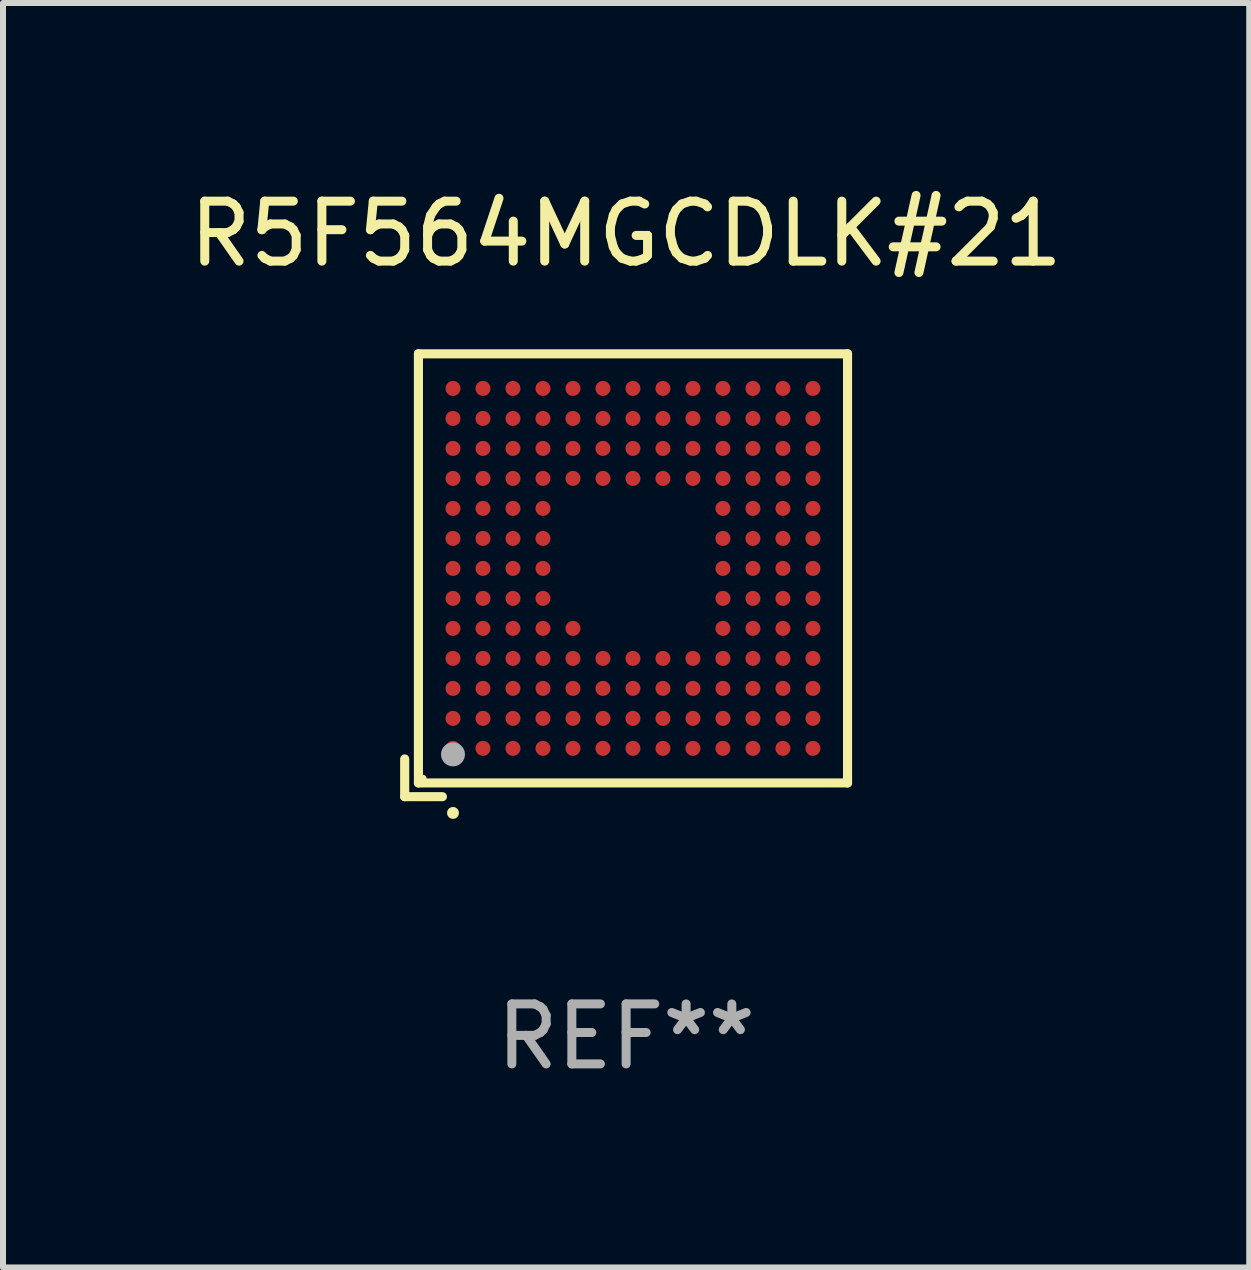
<source format=kicad_pcb>
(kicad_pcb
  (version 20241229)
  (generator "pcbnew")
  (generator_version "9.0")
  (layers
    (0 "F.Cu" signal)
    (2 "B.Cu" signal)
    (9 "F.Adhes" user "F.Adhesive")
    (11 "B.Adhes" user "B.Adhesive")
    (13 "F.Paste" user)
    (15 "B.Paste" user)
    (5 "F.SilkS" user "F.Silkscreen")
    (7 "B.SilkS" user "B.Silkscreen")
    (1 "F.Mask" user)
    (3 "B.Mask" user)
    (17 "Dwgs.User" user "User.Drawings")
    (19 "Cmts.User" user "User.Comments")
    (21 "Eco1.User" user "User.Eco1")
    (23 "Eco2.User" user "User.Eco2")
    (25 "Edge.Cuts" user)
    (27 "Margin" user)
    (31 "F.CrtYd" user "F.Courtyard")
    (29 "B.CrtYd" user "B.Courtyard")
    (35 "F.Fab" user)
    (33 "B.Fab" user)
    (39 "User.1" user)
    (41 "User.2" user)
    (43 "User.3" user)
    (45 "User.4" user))
  (footprint "R5F564MGCDLK#21"
    (layer "F.Cu")
    (at 7.387 6.539)
    (property "Reference" "R5F564MGCDLK#21" (at 0 -5.691 0) (layer "F.SilkS") (effects (font (size 1 1) (thickness 0.15))))
    (attr through_hole)
    (fp_line (start -3.691 3.062) (end -3.691 3.691) (stroke (width 0.152) (type solid)) (layer "F.SilkS"))
    (fp_line (start -3.691 3.691) (end -3.062 3.691) (stroke (width 0.152) (type solid)) (layer "F.SilkS"))
    (fp_line (start -3.462 -3.691) (end 3.691 -3.691) (stroke (width 0.152) (type solid)) (layer "F.SilkS"))
    (fp_line (start -3.462 3.462) (end -3.462 -3.691) (stroke (width 0.152) (type solid)) (layer "F.SilkS"))
    (fp_line (start 3.691 -3.691) (end 3.691 3.462) (stroke (width 0.152) (type solid)) (layer "F.SilkS"))
    (fp_line (start 3.691 3.462) (end -3.462 3.462) (stroke (width 0.152) (type solid)) (layer "F.SilkS"))
    (fp_circle (center -3.386 3.386) (end -3.356 3.386) (stroke (width 0.06) (type solid)) (fill no) (layer "F.SilkS"))
    (fp_circle (center -2.886 3.962) (end -2.836 3.962) (stroke (width 0.1) (type solid)) (fill no) (layer "F.SilkS"))
    (fp_circle (center -2.886 2.986) (end -2.786 2.986) (stroke (width 0.2) (type solid)) (fill no) (layer "F.Fab"))
    (fp_text user "REF**" (at 0 7.691 0) (layer "F.Fab") (effects (font (size 1 1) (thickness 0.15))))
    (pad "A1" smd circle (at -2.886 2.886) (size 0.25 0.25) (layers "F.Cu" "F.Mask" "F.Paste"))
    (pad "A2" smd circle (at -2.886 2.386) (size 0.25 0.25) (layers "F.Cu" "F.Mask" "F.Paste"))
    (pad "A3" smd circle (at -2.886 1.886) (size 0.25 0.25) (layers "F.Cu" "F.Mask" "F.Paste"))
    (pad "A4" smd circle (at -2.886 1.386) (size 0.25 0.25) (layers "F.Cu" "F.Mask" "F.Paste"))
    (pad "A5" smd circle (at -2.886 0.886) (size 0.25 0.25) (layers "F.Cu" "F.Mask" "F.Paste"))
    (pad "A6" smd circle (at -2.886 0.386) (size 0.25 0.25) (layers "F.Cu" "F.Mask" "F.Paste"))
    (pad "A7" smd circle (at -2.886 -0.114) (size 0.25 0.25) (layers "F.Cu" "F.Mask" "F.Paste"))
    (pad "A8" smd circle (at -2.886 -0.614) (size 0.25 0.25) (layers "F.Cu" "F.Mask" "F.Paste"))
    (pad "A9" smd circle (at -2.886 -1.114) (size 0.25 0.25) (layers "F.Cu" "F.Mask" "F.Paste"))
    (pad "A10" smd circle (at -2.886 -1.614) (size 0.25 0.25) (layers "F.Cu" "F.Mask" "F.Paste"))
    (pad "A11" smd circle (at -2.886 -2.114) (size 0.25 0.25) (layers "F.Cu" "F.Mask" "F.Paste"))
    (pad "A12" smd circle (at -2.886 -2.614) (size 0.25 0.25) (layers "F.Cu" "F.Mask" "F.Paste"))
    (pad "A13" smd circle (at -2.886 -3.114) (size 0.25 0.25) (layers "F.Cu" "F.Mask" "F.Paste"))
    (pad "B1" smd circle (at -2.386 2.886) (size 0.25 0.25) (layers "F.Cu" "F.Mask" "F.Paste"))
    (pad "B2" smd circle (at -2.386 2.386) (size 0.25 0.25) (layers "F.Cu" "F.Mask" "F.Paste"))
    (pad "B3" smd circle (at -2.386 1.886) (size 0.25 0.25) (layers "F.Cu" "F.Mask" "F.Paste"))
    (pad "B4" smd circle (at -2.386 1.386) (size 0.25 0.25) (layers "F.Cu" "F.Mask" "F.Paste"))
    (pad "B5" smd circle (at -2.386 0.886) (size 0.25 0.25) (layers "F.Cu" "F.Mask" "F.Paste"))
    (pad "B6" smd circle (at -2.386 0.386) (size 0.25 0.25) (layers "F.Cu" "F.Mask" "F.Paste"))
    (pad "B7" smd circle (at -2.386 -0.114) (size 0.25 0.25) (layers "F.Cu" "F.Mask" "F.Paste"))
    (pad "B8" smd circle (at -2.386 -0.614) (size 0.25 0.25) (layers "F.Cu" "F.Mask" "F.Paste"))
    (pad "B9" smd circle (at -2.386 -1.114) (size 0.25 0.25) (layers "F.Cu" "F.Mask" "F.Paste"))
    (pad "B10" smd circle (at -2.386 -1.614) (size 0.25 0.25) (layers "F.Cu" "F.Mask" "F.Paste"))
    (pad "B11" smd circle (at -2.386 -2.114) (size 0.25 0.25) (layers "F.Cu" "F.Mask" "F.Paste"))
    (pad "B12" smd circle (at -2.386 -2.614) (size 0.25 0.25) (layers "F.Cu" "F.Mask" "F.Paste"))
    (pad "B13" smd circle (at -2.386 -3.114) (size 0.25 0.25) (layers "F.Cu" "F.Mask" "F.Paste"))
    (pad "C1" smd circle (at -1.886 2.886) (size 0.25 0.25) (layers "F.Cu" "F.Mask" "F.Paste"))
    (pad "C2" smd circle (at -1.886 2.386) (size 0.25 0.25) (layers "F.Cu" "F.Mask" "F.Paste"))
    (pad "C3" smd circle (at -1.886 1.886) (size 0.25 0.25) (layers "F.Cu" "F.Mask" "F.Paste"))
    (pad "C4" smd circle (at -1.886 1.386) (size 0.25 0.25) (layers "F.Cu" "F.Mask" "F.Paste"))
    (pad "C5" smd circle (at -1.886 0.886) (size 0.25 0.25) (layers "F.Cu" "F.Mask" "F.Paste"))
    (pad "C6" smd circle (at -1.886 0.386) (size 0.25 0.25) (layers "F.Cu" "F.Mask" "F.Paste"))
    (pad "C7" smd circle (at -1.886 -0.114) (size 0.25 0.25) (layers "F.Cu" "F.Mask" "F.Paste"))
    (pad "C8" smd circle (at -1.886 -0.614) (size 0.25 0.25) (layers "F.Cu" "F.Mask" "F.Paste"))
    (pad "C9" smd circle (at -1.886 -1.114) (size 0.25 0.25) (layers "F.Cu" "F.Mask" "F.Paste"))
    (pad "C10" smd circle (at -1.886 -1.614) (size 0.25 0.25) (layers "F.Cu" "F.Mask" "F.Paste"))
    (pad "C11" smd circle (at -1.886 -2.114) (size 0.25 0.25) (layers "F.Cu" "F.Mask" "F.Paste"))
    (pad "C12" smd circle (at -1.886 -2.614) (size 0.25 0.25) (layers "F.Cu" "F.Mask" "F.Paste"))
    (pad "C13" smd circle (at -1.886 -3.114) (size 0.25 0.25) (layers "F.Cu" "F.Mask" "F.Paste"))
    (pad "D1" smd circle (at -1.386 2.886) (size 0.25 0.25) (layers "F.Cu" "F.Mask" "F.Paste"))
    (pad "D2" smd circle (at -1.386 2.386) (size 0.25 0.25) (layers "F.Cu" "F.Mask" "F.Paste"))
    (pad "D3" smd circle (at -1.386 1.886) (size 0.25 0.25) (layers "F.Cu" "F.Mask" "F.Paste"))
    (pad "D4" smd circle (at -1.386 1.386) (size 0.25 0.25) (layers "F.Cu" "F.Mask" "F.Paste"))
    (pad "D5" smd circle (at -1.386 0.886) (size 0.25 0.25) (layers "F.Cu" "F.Mask" "F.Paste"))
    (pad "D6" smd circle (at -1.386 0.386) (size 0.25 0.25) (layers "F.Cu" "F.Mask" "F.Paste"))
    (pad "D7" smd circle (at -1.386 -0.114) (size 0.25 0.25) (layers "F.Cu" "F.Mask" "F.Paste"))
    (pad "D8" smd circle (at -1.386 -0.614) (size 0.25 0.25) (layers "F.Cu" "F.Mask" "F.Paste"))
    (pad "D9" smd circle (at -1.386 -1.114) (size 0.25 0.25) (layers "F.Cu" "F.Mask" "F.Paste"))
    (pad "D10" smd circle (at -1.386 -1.614) (size 0.25 0.25) (layers "F.Cu" "F.Mask" "F.Paste"))
    (pad "D11" smd circle (at -1.386 -2.114) (size 0.25 0.25) (layers "F.Cu" "F.Mask" "F.Paste"))
    (pad "D12" smd circle (at -1.386 -2.614) (size 0.25 0.25) (layers "F.Cu" "F.Mask" "F.Paste"))
    (pad "D13" smd circle (at -1.386 -3.114) (size 0.25 0.25) (layers "F.Cu" "F.Mask" "F.Paste"))
    (pad "E1" smd circle (at -0.886 2.886) (size 0.25 0.25) (layers "F.Cu" "F.Mask" "F.Paste"))
    (pad "E2" smd circle (at -0.886 2.386) (size 0.25 0.25) (layers "F.Cu" "F.Mask" "F.Paste"))
    (pad "E3" smd circle (at -0.886 1.886) (size 0.25 0.25) (layers "F.Cu" "F.Mask" "F.Paste"))
    (pad "E4" smd circle (at -0.886 1.386) (size 0.25 0.25) (layers "F.Cu" "F.Mask" "F.Paste"))
    (pad "E5" smd circle (at -0.886 0.886) (size 0.25 0.25) (layers "F.Cu" "F.Mask" "F.Paste"))
    (pad "E10" smd circle (at -0.886 -1.614) (size 0.25 0.25) (layers "F.Cu" "F.Mask" "F.Paste"))
    (pad "E11" smd circle (at -0.886 -2.114) (size 0.25 0.25) (layers "F.Cu" "F.Mask" "F.Paste"))
    (pad "E12" smd circle (at -0.886 -2.614) (size 0.25 0.25) (layers "F.Cu" "F.Mask" "F.Paste"))
    (pad "E13" smd circle (at -0.886 -3.114) (size 0.25 0.25) (layers "F.Cu" "F.Mask" "F.Paste"))
    (pad "F1" smd circle (at -0.386 2.886) (size 0.25 0.25) (layers "F.Cu" "F.Mask" "F.Paste"))
    (pad "F2" smd circle (at -0.386 2.386) (size 0.25 0.25) (layers "F.Cu" "F.Mask" "F.Paste"))
    (pad "F3" smd circle (at -0.386 1.886) (size 0.25 0.25) (layers "F.Cu" "F.Mask" "F.Paste"))
    (pad "F4" smd circle (at -0.386 1.386) (size 0.25 0.25) (layers "F.Cu" "F.Mask" "F.Paste"))
    (pad "F10" smd circle (at -0.386 -1.614) (size 0.25 0.25) (layers "F.Cu" "F.Mask" "F.Paste"))
    (pad "F11" smd circle (at -0.386 -2.114) (size 0.25 0.25) (layers "F.Cu" "F.Mask" "F.Paste"))
    (pad "F12" smd circle (at -0.386 -2.614) (size 0.25 0.25) (layers "F.Cu" "F.Mask" "F.Paste"))
    (pad "F13" smd circle (at -0.386 -3.114) (size 0.25 0.25) (layers "F.Cu" "F.Mask" "F.Paste"))
    (pad "G1" smd circle (at 0.114 2.886) (size 0.25 0.25) (layers "F.Cu" "F.Mask" "F.Paste"))
    (pad "G2" smd circle (at 0.114 2.386) (size 0.25 0.25) (layers "F.Cu" "F.Mask" "F.Paste"))
    (pad "G3" smd circle (at 0.114 1.886) (size 0.25 0.25) (layers "F.Cu" "F.Mask" "F.Paste"))
    (pad "G4" smd circle (at 0.114 1.386) (size 0.25 0.25) (layers "F.Cu" "F.Mask" "F.Paste"))
    (pad "G10" smd circle (at 0.114 -1.614) (size 0.25 0.25) (layers "F.Cu" "F.Mask" "F.Paste"))
    (pad "G11" smd circle (at 0.114 -2.114) (size 0.25 0.25) (layers "F.Cu" "F.Mask" "F.Paste"))
    (pad "G12" smd circle (at 0.114 -2.614) (size 0.25 0.25) (layers "F.Cu" "F.Mask" "F.Paste"))
    (pad "G13" smd circle (at 0.114 -3.114) (size 0.25 0.25) (layers "F.Cu" "F.Mask" "F.Paste"))
    (pad "H1" smd circle (at 0.614 2.886) (size 0.25 0.25) (layers "F.Cu" "F.Mask" "F.Paste"))
    (pad "H2" smd circle (at 0.614 2.386) (size 0.25 0.25) (layers "F.Cu" "F.Mask" "F.Paste"))
    (pad "H3" smd circle (at 0.614 1.886) (size 0.25 0.25) (layers "F.Cu" "F.Mask" "F.Paste"))
    (pad "H4" smd circle (at 0.614 1.386) (size 0.25 0.25) (layers "F.Cu" "F.Mask" "F.Paste"))
    (pad "H10" smd circle (at 0.614 -1.614) (size 0.25 0.25) (layers "F.Cu" "F.Mask" "F.Paste"))
    (pad "H11" smd circle (at 0.614 -2.114) (size 0.25 0.25) (layers "F.Cu" "F.Mask" "F.Paste"))
    (pad "H12" smd circle (at 0.614 -2.614) (size 0.25 0.25) (layers "F.Cu" "F.Mask" "F.Paste"))
    (pad "H13" smd circle (at 0.614 -3.114) (size 0.25 0.25) (layers "F.Cu" "F.Mask" "F.Paste"))
    (pad "J1" smd circle (at 1.114 2.886) (size 0.25 0.25) (layers "F.Cu" "F.Mask" "F.Paste"))
    (pad "J2" smd circle (at 1.114 2.386) (size 0.25 0.25) (layers "F.Cu" "F.Mask" "F.Paste"))
    (pad "J3" smd circle (at 1.114 1.886) (size 0.25 0.25) (layers "F.Cu" "F.Mask" "F.Paste"))
    (pad "J4" smd circle (at 1.114 1.386) (size 0.25 0.25) (layers "F.Cu" "F.Mask" "F.Paste"))
    (pad "J10" smd circle (at 1.114 -1.614) (size 0.25 0.25) (layers "F.Cu" "F.Mask" "F.Paste"))
    (pad "J11" smd circle (at 1.114 -2.114) (size 0.25 0.25) (layers "F.Cu" "F.Mask" "F.Paste"))
    (pad "J12" smd circle (at 1.114 -2.614) (size 0.25 0.25) (layers "F.Cu" "F.Mask" "F.Paste"))
    (pad "J13" smd circle (at 1.114 -3.114) (size 0.25 0.25) (layers "F.Cu" "F.Mask" "F.Paste"))
    (pad "K1" smd circle (at 1.614 2.886) (size 0.25 0.25) (layers "F.Cu" "F.Mask" "F.Paste"))
    (pad "K2" smd circle (at 1.614 2.386) (size 0.25 0.25) (layers "F.Cu" "F.Mask" "F.Paste"))
    (pad "K3" smd circle (at 1.614 1.886) (size 0.25 0.25) (layers "F.Cu" "F.Mask" "F.Paste"))
    (pad "K4" smd circle (at 1.614 1.386) (size 0.25 0.25) (layers "F.Cu" "F.Mask" "F.Paste"))
    (pad "K5" smd circle (at 1.614 0.886) (size 0.25 0.25) (layers "F.Cu" "F.Mask" "F.Paste"))
    (pad "K6" smd circle (at 1.614 0.386) (size 0.25 0.25) (layers "F.Cu" "F.Mask" "F.Paste"))
    (pad "K7" smd circle (at 1.614 -0.114) (size 0.25 0.25) (layers "F.Cu" "F.Mask" "F.Paste"))
    (pad "K8" smd circle (at 1.614 -0.614) (size 0.25 0.25) (layers "F.Cu" "F.Mask" "F.Paste"))
    (pad "K9" smd circle (at 1.614 -1.114) (size 0.25 0.25) (layers "F.Cu" "F.Mask" "F.Paste"))
    (pad "K10" smd circle (at 1.614 -1.614) (size 0.25 0.25) (layers "F.Cu" "F.Mask" "F.Paste"))
    (pad "K11" smd circle (at 1.614 -2.114) (size 0.25 0.25) (layers "F.Cu" "F.Mask" "F.Paste"))
    (pad "K12" smd circle (at 1.614 -2.614) (size 0.25 0.25) (layers "F.Cu" "F.Mask" "F.Paste"))
    (pad "K13" smd circle (at 1.614 -3.114) (size 0.25 0.25) (layers "F.Cu" "F.Mask" "F.Paste"))
    (pad "L1" smd circle (at 2.114 2.886) (size 0.25 0.25) (layers "F.Cu" "F.Mask" "F.Paste"))
    (pad "L2" smd circle (at 2.114 2.386) (size 0.25 0.25) (layers "F.Cu" "F.Mask" "F.Paste"))
    (pad "L3" smd circle (at 2.114 1.886) (size 0.25 0.25) (layers "F.Cu" "F.Mask" "F.Paste"))
    (pad "L4" smd circle (at 2.114 1.386) (size 0.25 0.25) (layers "F.Cu" "F.Mask" "F.Paste"))
    (pad "L5" smd circle (at 2.114 0.886) (size 0.25 0.25) (layers "F.Cu" "F.Mask" "F.Paste"))
    (pad "L6" smd circle (at 2.114 0.386) (size 0.25 0.25) (layers "F.Cu" "F.Mask" "F.Paste"))
    (pad "L7" smd circle (at 2.114 -0.114) (size 0.25 0.25) (layers "F.Cu" "F.Mask" "F.Paste"))
    (pad "L8" smd circle (at 2.114 -0.614) (size 0.25 0.25) (layers "F.Cu" "F.Mask" "F.Paste"))
    (pad "L9" smd circle (at 2.114 -1.114) (size 0.25 0.25) (layers "F.Cu" "F.Mask" "F.Paste"))
    (pad "L10" smd circle (at 2.114 -1.614) (size 0.25 0.25) (layers "F.Cu" "F.Mask" "F.Paste"))
    (pad "L11" smd circle (at 2.114 -2.114) (size 0.25 0.25) (layers "F.Cu" "F.Mask" "F.Paste"))
    (pad "L12" smd circle (at 2.114 -2.614) (size 0.25 0.25) (layers "F.Cu" "F.Mask" "F.Paste"))
    (pad "L13" smd circle (at 2.114 -3.114) (size 0.25 0.25) (layers "F.Cu" "F.Mask" "F.Paste"))
    (pad "M1" smd circle (at 2.614 2.886) (size 0.25 0.25) (layers "F.Cu" "F.Mask" "F.Paste"))
    (pad "M2" smd circle (at 2.614 2.386) (size 0.25 0.25) (layers "F.Cu" "F.Mask" "F.Paste"))
    (pad "M3" smd circle (at 2.614 1.886) (size 0.25 0.25) (layers "F.Cu" "F.Mask" "F.Paste"))
    (pad "M4" smd circle (at 2.614 1.386) (size 0.25 0.25) (layers "F.Cu" "F.Mask" "F.Paste"))
    (pad "M5" smd circle (at 2.614 0.886) (size 0.25 0.25) (layers "F.Cu" "F.Mask" "F.Paste"))
    (pad "M6" smd circle (at 2.614 0.386) (size 0.25 0.25) (layers "F.Cu" "F.Mask" "F.Paste"))
    (pad "M7" smd circle (at 2.614 -0.114) (size 0.25 0.25) (layers "F.Cu" "F.Mask" "F.Paste"))
    (pad "M8" smd circle (at 2.614 -0.614) (size 0.25 0.25) (layers "F.Cu" "F.Mask" "F.Paste"))
    (pad "M9" smd circle (at 2.614 -1.114) (size 0.25 0.25) (layers "F.Cu" "F.Mask" "F.Paste"))
    (pad "M10" smd circle (at 2.614 -1.614) (size 0.25 0.25) (layers "F.Cu" "F.Mask" "F.Paste"))
    (pad "M11" smd circle (at 2.614 -2.114) (size 0.25 0.25) (layers "F.Cu" "F.Mask" "F.Paste"))
    (pad "M12" smd circle (at 2.614 -2.614) (size 0.25 0.25) (layers "F.Cu" "F.Mask" "F.Paste"))
    (pad "M13" smd circle (at 2.614 -3.114) (size 0.25 0.25) (layers "F.Cu" "F.Mask" "F.Paste"))
    (pad "N1" smd circle (at 3.114 2.886) (size 0.25 0.25) (layers "F.Cu" "F.Mask" "F.Paste"))
    (pad "N2" smd circle (at 3.114 2.386) (size 0.25 0.25) (layers "F.Cu" "F.Mask" "F.Paste"))
    (pad "N3" smd circle (at 3.114 1.886) (size 0.25 0.25) (layers "F.Cu" "F.Mask" "F.Paste"))
    (pad "N4" smd circle (at 3.114 1.386) (size 0.25 0.25) (layers "F.Cu" "F.Mask" "F.Paste"))
    (pad "N5" smd circle (at 3.114 0.886) (size 0.25 0.25) (layers "F.Cu" "F.Mask" "F.Paste"))
    (pad "N6" smd circle (at 3.114 0.386) (size 0.25 0.25) (layers "F.Cu" "F.Mask" "F.Paste"))
    (pad "N7" smd circle (at 3.114 -0.114) (size 0.25 0.25) (layers "F.Cu" "F.Mask" "F.Paste"))
    (pad "N8" smd circle (at 3.114 -0.614) (size 0.25 0.25) (layers "F.Cu" "F.Mask" "F.Paste"))
    (pad "N9" smd circle (at 3.114 -1.114) (size 0.25 0.25) (layers "F.Cu" "F.Mask" "F.Paste"))
    (pad "N10" smd circle (at 3.114 -1.614) (size 0.25 0.25) (layers "F.Cu" "F.Mask" "F.Paste"))
    (pad "N11" smd circle (at 3.114 -2.114) (size 0.25 0.25) (layers "F.Cu" "F.Mask" "F.Paste"))
    (pad "N12" smd circle (at 3.114 -2.614) (size 0.25 0.25) (layers "F.Cu" "F.Mask" "F.Paste"))
    (pad "N13" smd circle (at 3.114 -3.114) (size 0.25 0.25) (layers "F.Cu" "F.Mask" "F.Paste")))
  (gr_rect
    (start -3 -3)
    (end 17.774 18.078)
    (stroke (width 0.1) (type default))
    (fill no)
    (layer "Edge.Cuts")))
</source>
